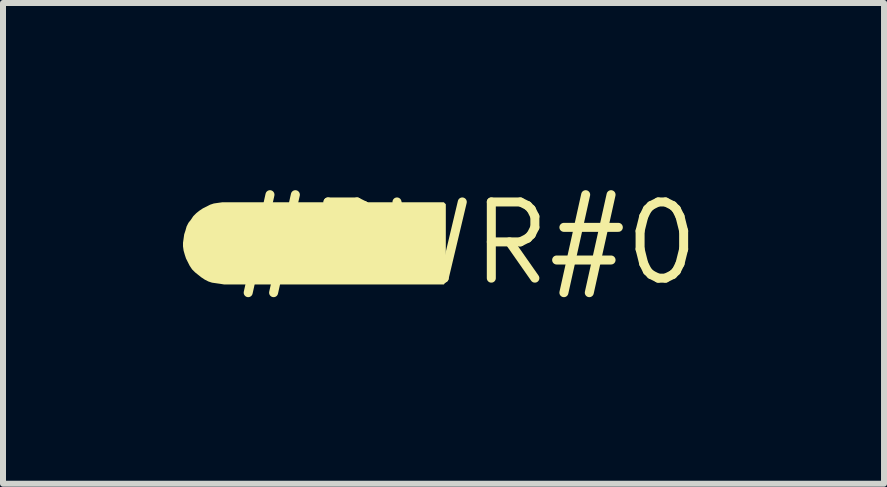
<source format=kicad_pcb>
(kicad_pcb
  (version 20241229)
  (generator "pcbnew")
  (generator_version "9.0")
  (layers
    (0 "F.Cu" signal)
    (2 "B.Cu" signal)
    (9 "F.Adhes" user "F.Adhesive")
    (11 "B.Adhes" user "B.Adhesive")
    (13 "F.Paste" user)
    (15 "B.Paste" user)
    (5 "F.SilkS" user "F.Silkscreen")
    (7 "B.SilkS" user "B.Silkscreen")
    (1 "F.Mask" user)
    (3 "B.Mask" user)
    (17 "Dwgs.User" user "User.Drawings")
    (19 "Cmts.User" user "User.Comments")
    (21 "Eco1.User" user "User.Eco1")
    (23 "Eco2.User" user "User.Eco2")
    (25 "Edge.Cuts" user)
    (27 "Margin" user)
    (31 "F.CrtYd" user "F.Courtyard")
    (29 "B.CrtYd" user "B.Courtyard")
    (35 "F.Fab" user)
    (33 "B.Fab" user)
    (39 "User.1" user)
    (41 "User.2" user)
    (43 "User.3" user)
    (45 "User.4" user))
  (footprint "#PWR#0"
    (layer "F.Cu")
    (at 4.715 1.006)
    (property "Reference" "#PWR#0" (at 0 0 0) (layer "F.SilkS") (effects (font (size 1.27 1.27) (thickness 0.15))))
    (fp_poly (pts (xy -0.335 -0.652) (xy -0.335 0.642) (xy -0.367 0.685) (xy -4.03 0.685) (xy -4.091 0.675) (xy -4.161 0.665) (xy -4.231 0.655) (xy -4.292 0.635) (xy -4.353 0.604) (xy -4.413 0.564) (xy -4.463 0.524) (xy -4.513 0.484) (xy -4.564 0.433) (xy -4.604 0.373) (xy -4.665 0.252) (xy -4.685 0.191) (xy -4.705 0.121) (xy -4.715 0.05) (xy -4.715 -0.01) (xy -4.705 -0.081) (xy -4.695 -0.151) (xy -4.675 -0.211) (xy -4.655 -0.282) (xy -4.624 -0.343) (xy -4.584 -0.393) (xy -4.544 -0.453) (xy -4.493 -0.504) (xy -4.443 -0.544) (xy -4.383 -0.584) (xy -4.262 -0.645) (xy -4.201 -0.665) (xy -4.131 -0.675) (xy -4.06 -0.685) (xy -0.368 -0.685)) (stroke (width 0) (type solid)) (fill yes) (layer "F.SilkS")))
  (gr_rect
    (start -3 -3)
    (end 11.683 5.012)
    (stroke (width 0.1) (type default))
    (fill no)
    (layer "Edge.Cuts")))
</source>
